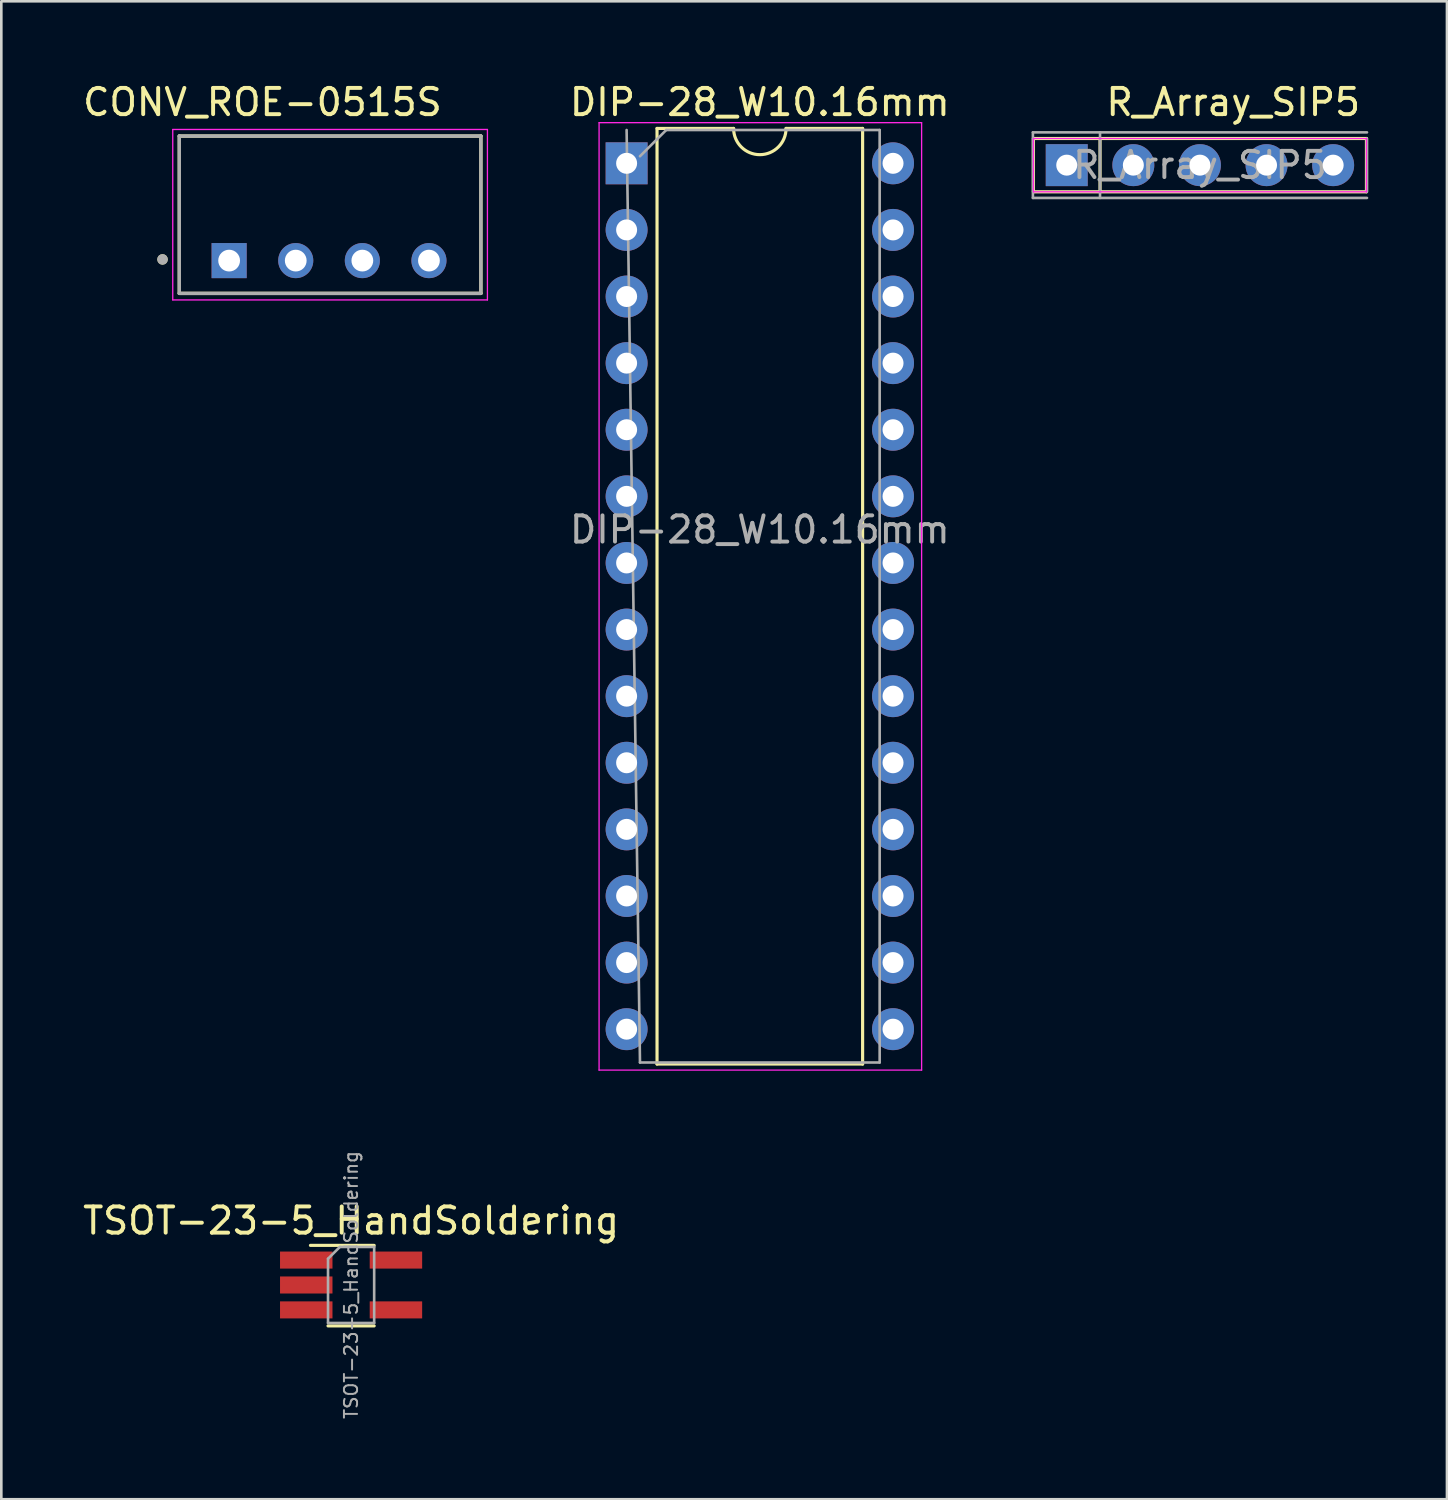
<source format=kicad_pcb>
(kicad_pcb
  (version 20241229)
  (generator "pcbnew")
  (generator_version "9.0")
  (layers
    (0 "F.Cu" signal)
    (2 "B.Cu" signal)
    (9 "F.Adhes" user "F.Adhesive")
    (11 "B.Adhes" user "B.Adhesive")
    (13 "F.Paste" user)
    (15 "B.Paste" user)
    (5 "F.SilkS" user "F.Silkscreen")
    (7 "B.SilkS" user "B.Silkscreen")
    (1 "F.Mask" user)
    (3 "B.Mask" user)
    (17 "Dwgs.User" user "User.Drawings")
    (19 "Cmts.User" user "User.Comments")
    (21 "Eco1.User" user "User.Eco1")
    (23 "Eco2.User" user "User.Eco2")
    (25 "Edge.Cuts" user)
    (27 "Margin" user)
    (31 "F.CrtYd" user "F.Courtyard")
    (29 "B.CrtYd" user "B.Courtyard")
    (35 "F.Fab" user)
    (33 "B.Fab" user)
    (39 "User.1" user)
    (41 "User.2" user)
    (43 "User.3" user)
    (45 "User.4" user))
  (footprint "CONV_ROE-0515S"
    (layer "F.Cu")
    (at 9.538 5.138)
    (property "Reference" "CONV_ROE-0515S" (at -2.58 -4.29 0) (layer "F.SilkS") (effects (font (size 1 1) (thickness 0.15))))
    (attr through_hole)
    (fp_line (start -5.75 -3) (end -5.75 3) (stroke (width 0.127) (type solid)) (layer "F.SilkS"))
    (fp_line (start -5.75 3) (end 5.75 3) (stroke (width 0.127) (type solid)) (layer "F.SilkS"))
    (fp_line (start 5.75 -3) (end -5.75 -3) (stroke (width 0.127) (type solid)) (layer "F.SilkS"))
    (fp_line (start 5.75 3) (end 5.75 -3) (stroke (width 0.127) (type solid)) (layer "F.SilkS"))
    (fp_circle (center -6.39 1.705) (end -6.29 1.705) (stroke (width 0.2) (type solid)) (fill no) (layer "F.SilkS"))
    (fp_line (start -6 -3.25) (end -6 3.25) (stroke (width 0.05) (type solid)) (layer "F.CrtYd"))
    (fp_line (start -6 3.25) (end 6 3.25) (stroke (width 0.05) (type solid)) (layer "F.CrtYd"))
    (fp_line (start 6 -3.25) (end -6 -3.25) (stroke (width 0.05) (type solid)) (layer "F.CrtYd"))
    (fp_line (start 6 3.25) (end 6 -3.25) (stroke (width 0.05) (type solid)) (layer "F.CrtYd"))
    (fp_line (start -5.75 -3) (end -5.75 3) (stroke (width 0.127) (type solid)) (layer "F.Fab"))
    (fp_line (start -5.75 3) (end 5.75 3) (stroke (width 0.127) (type solid)) (layer "F.Fab"))
    (fp_line (start 5.75 -3) (end -5.75 -3) (stroke (width 0.127) (type solid)) (layer "F.Fab"))
    (fp_line (start 5.75 3) (end 5.75 -3) (stroke (width 0.127) (type solid)) (layer "F.Fab"))
    (fp_circle (center -6.39 1.705) (end -6.29 1.705) (stroke (width 0.2) (type solid)) (fill no) (layer "F.Fab"))
    (pad "1" thru_hole rect (at -3.85 1.75) (size 1.338 1.338) (drill 0.83) (layers "*.Cu" "*.Mask"))
    (pad "2" thru_hole circle (at -1.31 1.75) (size 1.338 1.338) (drill 0.83) (layers "*.Cu" "*.Mask"))
    (pad "3" thru_hole circle (at 1.23 1.75) (size 1.338 1.338) (drill 0.83) (layers "*.Cu" "*.Mask"))
    (pad "4" thru_hole circle (at 3.77 1.75) (size 1.338 1.338) (drill 0.83) (layers "*.Cu" "*.Mask")))
  (footprint "TSOT-23-5_HandSoldering"
    (layer "F.Cu")
    (at 10.339 45.953)
    (property "Reference" "TSOT-23-5_HandSoldering" (at 0 -2.45 0) (layer "F.SilkS") (effects (font (size 1 1) (thickness 0.15))))
    (attr smd)
    (fp_line (start -0.88 1.56) (end 0.88 1.56) (stroke (width 0.12) (type solid)) (layer "F.SilkS"))
    (fp_line (start 0.88 -1.51) (end -1.55 -1.51) (stroke (width 0.12) (type solid)) (layer "F.SilkS"))
    (fp_line (start -0.88 -1) (end -0.88 1.45) (stroke (width 0.1) (type solid)) (layer "F.Fab"))
    (fp_line (start -0.88 -1) (end -0.43 -1.45) (stroke (width 0.1) (type solid)) (layer "F.Fab"))
    (fp_line (start 0.88 -1.45) (end -0.43 -1.45) (stroke (width 0.1) (type solid)) (layer "F.Fab"))
    (fp_line (start 0.88 -1.45) (end 0.88 1.45) (stroke (width 0.1) (type solid)) (layer "F.Fab"))
    (fp_line (start 0.88 1.45) (end -0.88 1.45) (stroke (width 0.1) (type solid)) (layer "F.Fab"))
    (fp_text user "${REFERENCE}" (at 0 0 90) (layer "F.Fab") (effects (font (size 0.5 0.5) (thickness 0.075))))
    (pad "1" smd rect (at -1.71 -0.95) (size 2 0.65) (layers "F.Cu" "F.Mask" "F.Paste"))
    (pad "2" smd rect (at -1.71 0) (size 2 0.65) (layers "F.Cu" "F.Mask" "F.Paste"))
    (pad "3" smd rect (at -1.71 0.95) (size 2 0.65) (layers "F.Cu" "F.Mask" "F.Paste"))
    (pad "4" smd rect (at 1.71 0.95) (size 2 0.65) (layers "F.Cu" "F.Mask" "F.Paste"))
    (pad "5" smd rect (at 1.71 -0.95) (size 2 0.65) (layers "F.Cu" "F.Mask" "F.Paste")))
  (footprint "R_Array_SIP5"
    (layer "F.Cu")
    (at 37.63 3.248)
    (property "Reference" "R_Array_SIP5" (at 6.35 -2.4 0) (layer "F.SilkS") (effects (font (size 1 1) (thickness 0.15))))
    (attr through_hole)
    (fp_line (start -1.27 -1.016) (end -1.27 1.016) (stroke (width 0.12) (type solid)) (layer "F.SilkS"))
    (fp_line (start -1.27 1.016) (end 11.43 1.016) (stroke (width 0.12) (type solid)) (layer "F.SilkS"))
    (fp_line (start 1.27 -1.016) (end 1.27 1.016) (stroke (width 0.12) (type solid)) (layer "F.SilkS"))
    (fp_line (start 11.43 -1.016) (end -1.27 -1.016) (stroke (width 0.12) (type solid)) (layer "F.SilkS"))
    (fp_line (start 11.43 1.016) (end 11.43 -1.016) (stroke (width 0.12) (type solid)) (layer "F.SilkS"))
    (fp_line (start -1.27 -1.016) (end -1.27 1.016) (stroke (width 0.05) (type solid)) (layer "F.CrtYd"))
    (fp_line (start -1.27 1.016) (end 11.43 1.016) (stroke (width 0.05) (type solid)) (layer "F.CrtYd"))
    (fp_line (start 11.43 -1.016) (end -1.27 -1.016) (stroke (width 0.05) (type solid)) (layer "F.CrtYd"))
    (fp_line (start 11.43 1.016) (end 11.43 -1.016) (stroke (width 0.05) (type solid)) (layer "F.CrtYd"))
    (fp_line (start -1.29 -1.25) (end -1.29 1.25) (stroke (width 0.1) (type solid)) (layer "F.Fab"))
    (fp_line (start -1.29 1.25) (end 11.45 1.25) (stroke (width 0.1) (type solid)) (layer "F.Fab"))
    (fp_line (start 1.27 -1.25) (end 1.27 1.25) (stroke (width 0.1) (type solid)) (layer "F.Fab"))
    (fp_line (start 11.45 -1.25) (end -1.29 -1.25) (stroke (width 0.1) (type solid)) (layer "F.Fab"))
    (fp_line (start 11.45 1.016) (end 11.45 -1.016) (stroke (width 0.1) (type solid)) (layer "F.Fab"))
    (fp_text user "${REFERENCE}" (at 5.08 0 0) (layer "F.Fab") (effects (font (size 1 1) (thickness 0.15))))
    (pad "1" thru_hole rect (at 0 0) (size 1.6 1.6) (drill 0.8) (layers "*.Cu" "*.Mask"))
    (pad "2" thru_hole oval (at 2.54 0) (size 1.6 1.6) (drill 0.8) (layers "*.Cu" "*.Mask"))
    (pad "3" thru_hole oval (at 5.08 0) (size 1.6 1.6) (drill 0.8) (layers "*.Cu" "*.Mask"))
    (pad "4" thru_hole oval (at 7.62 0) (size 1.6 1.6) (drill 0.8) (layers "*.Cu" "*.Mask"))
    (pad "5" thru_hole oval (at 10.16 0) (size 1.6 1.6) (drill 0.8) (layers "*.Cu" "*.Mask")))
  (footprint "DIP-28_W10.16mm"
    (layer "F.Cu")
    (at 20.846 3.178)
    (property "Reference" "DIP-28_W10.16mm" (at 5.08 -2.33 0) (layer "F.SilkS") (effects (font (size 1 1) (thickness 0.15))))
    (attr through_hole)
    (fp_line (start 1.16 -1.33) (end 1.16 34.35) (stroke (width 0.12) (type solid)) (layer "F.SilkS"))
    (fp_line (start 1.16 34.35) (end 9 34.35) (stroke (width 0.12) (type solid)) (layer "F.SilkS"))
    (fp_line (start 4.08 -1.33) (end 1.16 -1.33) (stroke (width 0.12) (type solid)) (layer "F.SilkS"))
    (fp_line (start 9 -1.33) (end 6.08 -1.33) (stroke (width 0.12) (type solid)) (layer "F.SilkS"))
    (fp_line (start 9 34.35) (end 9 -1.33) (stroke (width 0.12) (type solid)) (layer "F.SilkS"))
    (fp_arc (start 6.08 -1.33) (mid 5.08 -0.33) (end 4.08 -1.33) (stroke (width 0.12) (type solid)) (layer "F.SilkS"))
    (fp_line (start -1.05 -1.55) (end -1.05 34.58) (stroke (width 0.05) (type solid)) (layer "F.CrtYd"))
    (fp_line (start -1.05 34.58) (end 11.25 34.58) (stroke (width 0.05) (type solid)) (layer "F.CrtYd"))
    (fp_line (start 11.25 -1.55) (end -1.05 -1.55) (stroke (width 0.05) (type solid)) (layer "F.CrtYd"))
    (fp_line (start 11.25 34.58) (end 11.25 -1.55) (stroke (width 0.05) (type solid)) (layer "F.CrtYd"))
    (fp_line (start 0.51 -0.27) (end 1.51 -1.27) (stroke (width 0.1) (type solid)) (layer "F.Fab"))
    (fp_line (start 0.51 34.29) (end 0 -1.27) (stroke (width 0.1) (type solid)) (layer "F.Fab"))
    (fp_line (start 1.51 -1.27) (end 9.65 -1.27) (stroke (width 0.1) (type solid)) (layer "F.Fab"))
    (fp_line (start 9.65 -1.27) (end 9.65 34.29) (stroke (width 0.1) (type solid)) (layer "F.Fab"))
    (fp_line (start 9.65 34.29) (end 0.51 34.29) (stroke (width 0.1) (type solid)) (layer "F.Fab"))
    (fp_text user "${REFERENCE}" (at 5.08 13.97 0) (layer "F.Fab") (effects (font (size 1 1) (thickness 0.15))))
    (pad "1" thru_hole rect (at 0 0) (size 1.6 1.6) (drill 0.8) (layers "*.Cu" "*.Mask"))
    (pad "2" thru_hole oval (at 0 2.54) (size 1.6 1.6) (drill 0.8) (layers "*.Cu" "*.Mask"))
    (pad "3" thru_hole oval (at 0 5.08) (size 1.6 1.6) (drill 0.8) (layers "*.Cu" "*.Mask"))
    (pad "4" thru_hole oval (at 0 7.62) (size 1.6 1.6) (drill 0.8) (layers "*.Cu" "*.Mask"))
    (pad "5" thru_hole oval (at 0 10.16) (size 1.6 1.6) (drill 0.8) (layers "*.Cu" "*.Mask"))
    (pad "6" thru_hole oval (at 0 12.7) (size 1.6 1.6) (drill 0.8) (layers "*.Cu" "*.Mask"))
    (pad "7" thru_hole oval (at 0 15.24) (size 1.6 1.6) (drill 0.8) (layers "*.Cu" "*.Mask"))
    (pad "8" thru_hole oval (at 0 17.78) (size 1.6 1.6) (drill 0.8) (layers "*.Cu" "*.Mask"))
    (pad "9" thru_hole oval (at 0 20.32) (size 1.6 1.6) (drill 0.8) (layers "*.Cu" "*.Mask"))
    (pad "10" thru_hole oval (at 0 22.86) (size 1.6 1.6) (drill 0.8) (layers "*.Cu" "*.Mask"))
    (pad "11" thru_hole oval (at 0 25.4) (size 1.6 1.6) (drill 0.8) (layers "*.Cu" "*.Mask"))
    (pad "12" thru_hole oval (at 0 27.94) (size 1.6 1.6) (drill 0.8) (layers "*.Cu" "*.Mask"))
    (pad "13" thru_hole oval (at 0 30.48) (size 1.6 1.6) (drill 0.8) (layers "*.Cu" "*.Mask"))
    (pad "14" thru_hole oval (at 0 33.02) (size 1.6 1.6) (drill 0.8) (layers "*.Cu" "*.Mask"))
    (pad "15" thru_hole oval (at 10.16 33.02) (size 1.6 1.6) (drill 0.8) (layers "*.Cu" "*.Mask"))
    (pad "16" thru_hole oval (at 10.16 30.48) (size 1.6 1.6) (drill 0.8) (layers "*.Cu" "*.Mask"))
    (pad "17" thru_hole oval (at 10.16 27.94) (size 1.6 1.6) (drill 0.8) (layers "*.Cu" "*.Mask"))
    (pad "18" thru_hole oval (at 10.16 25.4) (size 1.6 1.6) (drill 0.8) (layers "*.Cu" "*.Mask"))
    (pad "19" thru_hole oval (at 10.16 22.86) (size 1.6 1.6) (drill 0.8) (layers "*.Cu" "*.Mask"))
    (pad "20" thru_hole oval (at 10.16 20.32) (size 1.6 1.6) (drill 0.8) (layers "*.Cu" "*.Mask"))
    (pad "21" thru_hole oval (at 10.16 17.78) (size 1.6 1.6) (drill 0.8) (layers "*.Cu" "*.Mask"))
    (pad "22" thru_hole oval (at 10.16 15.24) (size 1.6 1.6) (drill 0.8) (layers "*.Cu" "*.Mask"))
    (pad "23" thru_hole oval (at 10.16 12.7) (size 1.6 1.6) (drill 0.8) (layers "*.Cu" "*.Mask"))
    (pad "24" thru_hole oval (at 10.16 10.16) (size 1.6 1.6) (drill 0.8) (layers "*.Cu" "*.Mask"))
    (pad "25" thru_hole oval (at 10.16 7.62) (size 1.6 1.6) (drill 0.8) (layers "*.Cu" "*.Mask"))
    (pad "26" thru_hole oval (at 10.16 5.08) (size 1.6 1.6) (drill 0.8) (layers "*.Cu" "*.Mask"))
    (pad "27" thru_hole oval (at 10.16 2.54) (size 1.6 1.6) (drill 0.8) (layers "*.Cu" "*.Mask"))
    (pad "28" thru_hole oval (at 10.16 0) (size 1.6 1.6) (drill 0.8) (layers "*.Cu" "*.Mask")))
  (gr_rect
    (start -3 -3)
    (end 52.13 54.123)
    (stroke (width 0.1) (type default))
    (fill no)
    (layer "Edge.Cuts")))
</source>
